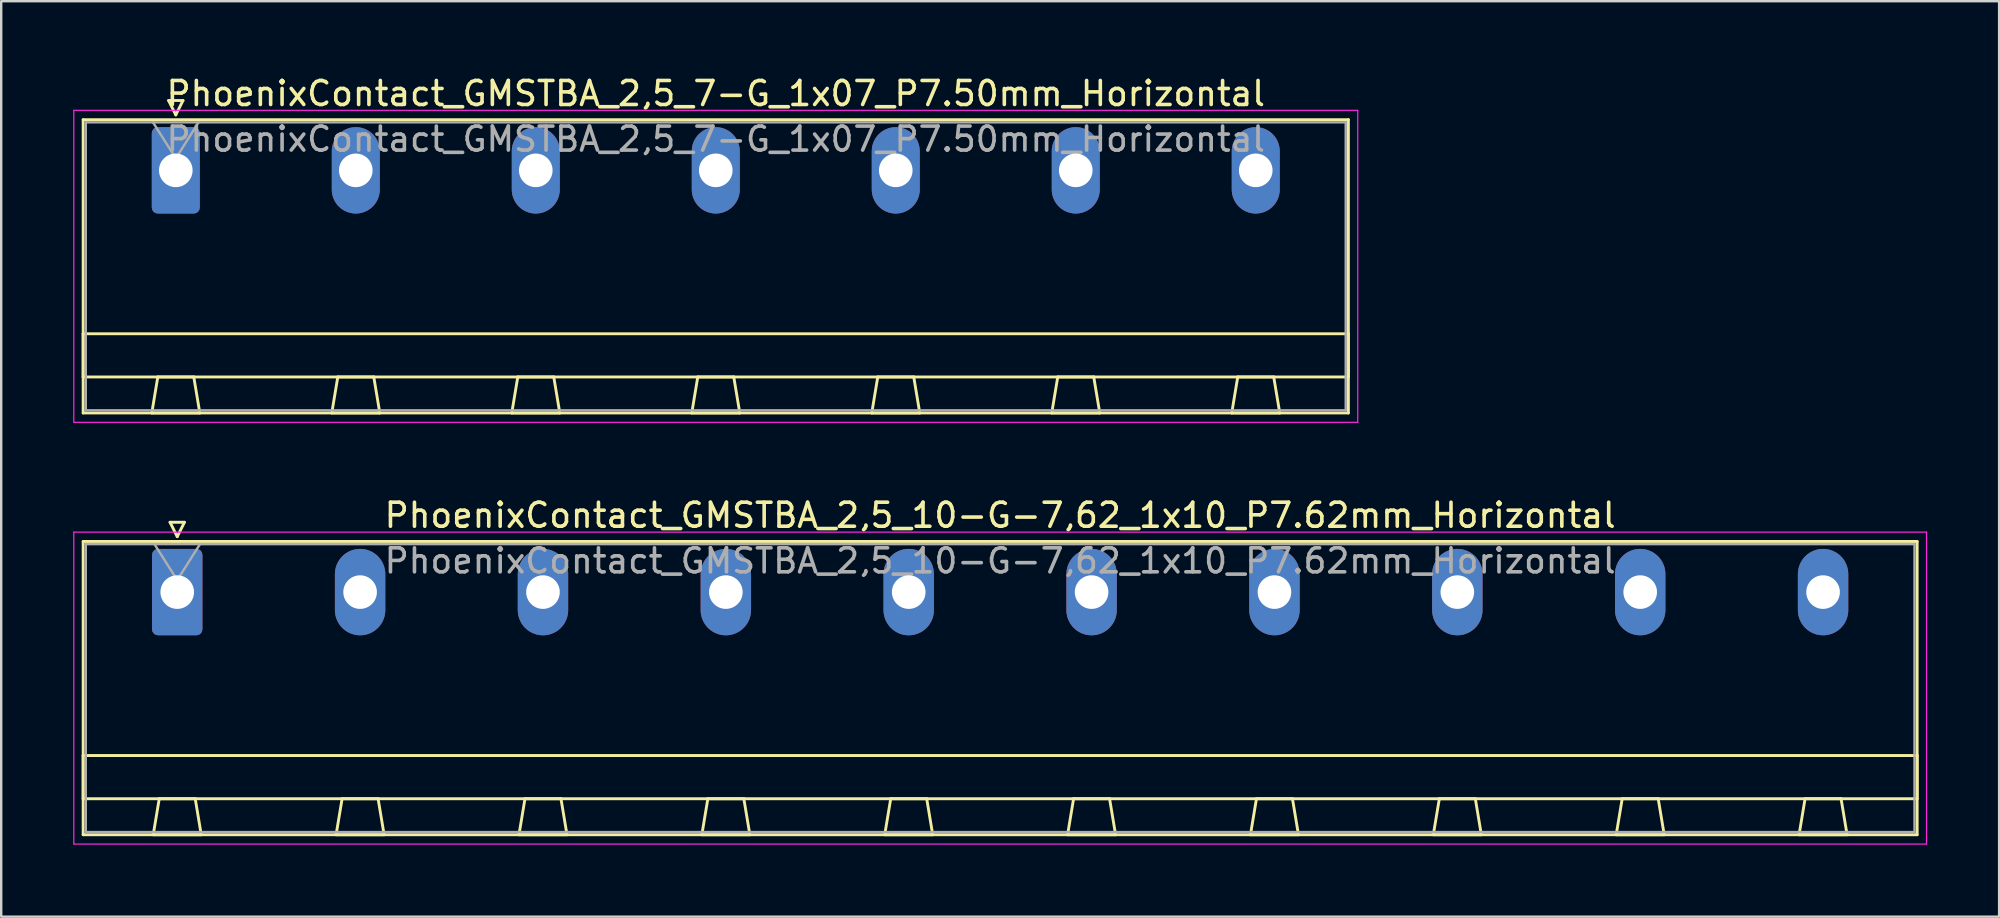
<source format=kicad_pcb>
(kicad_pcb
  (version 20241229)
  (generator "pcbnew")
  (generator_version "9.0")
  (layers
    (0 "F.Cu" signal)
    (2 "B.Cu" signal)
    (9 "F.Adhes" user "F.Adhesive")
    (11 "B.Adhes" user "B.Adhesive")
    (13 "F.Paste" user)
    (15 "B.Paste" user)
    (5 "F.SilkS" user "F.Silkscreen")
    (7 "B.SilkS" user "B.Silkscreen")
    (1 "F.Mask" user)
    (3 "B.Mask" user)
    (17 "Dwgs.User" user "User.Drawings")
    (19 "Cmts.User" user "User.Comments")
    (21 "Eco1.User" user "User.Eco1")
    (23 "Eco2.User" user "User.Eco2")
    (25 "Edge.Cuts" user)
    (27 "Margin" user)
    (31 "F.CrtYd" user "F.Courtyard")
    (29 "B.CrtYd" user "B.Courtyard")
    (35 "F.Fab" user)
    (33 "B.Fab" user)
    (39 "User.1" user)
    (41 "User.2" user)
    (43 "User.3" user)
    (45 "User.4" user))
  (footprint "PhoenixContact_GMSTBA_2,5_10-G-7,62_1x10_P7.62mm_Horizontal"
    (layer "F.Cu")
    (at 4.335 21.622)
    (property "Reference" "PhoenixContact_GMSTBA_2,5_10-G-7,62_1x10_P7.62mm_Horizontal" (at 34.29 -3.2 0) (layer "F.SilkS") (effects (font (size 1 1) (thickness 0.15))))
    (attr through_hole)
    (fp_line (start -3.92 -2.11) (end -3.92 10.11) (stroke (width 0.12) (type solid)) (layer "F.SilkS"))
    (fp_line (start -3.92 6.81) (end 72.5 6.81) (stroke (width 0.12) (type solid)) (layer "F.SilkS"))
    (fp_line (start -3.92 8.61) (end -3.92 6.81) (stroke (width 0.12) (type solid)) (layer "F.SilkS"))
    (fp_line (start -3.92 10.11) (end 72.5 10.11) (stroke (width 0.12) (type solid)) (layer "F.SilkS"))
    (fp_line (start -1 10.11) (end 1 10.11) (stroke (width 0.12) (type solid)) (layer "F.SilkS"))
    (fp_line (start -0.75 8.61) (end -1 10.11) (stroke (width 0.12) (type solid)) (layer "F.SilkS"))
    (fp_line (start -0.3 -2.91) (end 0.3 -2.91) (stroke (width 0.12) (type solid)) (layer "F.SilkS"))
    (fp_line (start 0 -2.31) (end -0.3 -2.91) (stroke (width 0.12) (type solid)) (layer "F.SilkS"))
    (fp_line (start 0.3 -2.91) (end 0 -2.31) (stroke (width 0.12) (type solid)) (layer "F.SilkS"))
    (fp_line (start 0.75 8.61) (end -0.75 8.61) (stroke (width 0.12) (type solid)) (layer "F.SilkS"))
    (fp_line (start 1 10.11) (end 0.75 8.61) (stroke (width 0.12) (type solid)) (layer "F.SilkS"))
    (fp_line (start 6.62 10.11) (end 8.62 10.11) (stroke (width 0.12) (type solid)) (layer "F.SilkS"))
    (fp_line (start 6.87 8.61) (end 6.62 10.11) (stroke (width 0.12) (type solid)) (layer "F.SilkS"))
    (fp_line (start 8.37 8.61) (end 6.87 8.61) (stroke (width 0.12) (type solid)) (layer "F.SilkS"))
    (fp_line (start 8.62 10.11) (end 8.37 8.61) (stroke (width 0.12) (type solid)) (layer "F.SilkS"))
    (fp_line (start 14.24 10.11) (end 16.24 10.11) (stroke (width 0.12) (type solid)) (layer "F.SilkS"))
    (fp_line (start 14.49 8.61) (end 14.24 10.11) (stroke (width 0.12) (type solid)) (layer "F.SilkS"))
    (fp_line (start 15.99 8.61) (end 14.49 8.61) (stroke (width 0.12) (type solid)) (layer "F.SilkS"))
    (fp_line (start 16.24 10.11) (end 15.99 8.61) (stroke (width 0.12) (type solid)) (layer "F.SilkS"))
    (fp_line (start 21.86 10.11) (end 23.86 10.11) (stroke (width 0.12) (type solid)) (layer "F.SilkS"))
    (fp_line (start 22.11 8.61) (end 21.86 10.11) (stroke (width 0.12) (type solid)) (layer "F.SilkS"))
    (fp_line (start 23.61 8.61) (end 22.11 8.61) (stroke (width 0.12) (type solid)) (layer "F.SilkS"))
    (fp_line (start 23.86 10.11) (end 23.61 8.61) (stroke (width 0.12) (type solid)) (layer "F.SilkS"))
    (fp_line (start 29.48 10.11) (end 31.48 10.11) (stroke (width 0.12) (type solid)) (layer "F.SilkS"))
    (fp_line (start 29.73 8.61) (end 29.48 10.11) (stroke (width 0.12) (type solid)) (layer "F.SilkS"))
    (fp_line (start 31.23 8.61) (end 29.73 8.61) (stroke (width 0.12) (type solid)) (layer "F.SilkS"))
    (fp_line (start 31.48 10.11) (end 31.23 8.61) (stroke (width 0.12) (type solid)) (layer "F.SilkS"))
    (fp_line (start 37.1 10.11) (end 39.1 10.11) (stroke (width 0.12) (type solid)) (layer "F.SilkS"))
    (fp_line (start 37.35 8.61) (end 37.1 10.11) (stroke (width 0.12) (type solid)) (layer "F.SilkS"))
    (fp_line (start 38.85 8.61) (end 37.35 8.61) (stroke (width 0.12) (type solid)) (layer "F.SilkS"))
    (fp_line (start 39.1 10.11) (end 38.85 8.61) (stroke (width 0.12) (type solid)) (layer "F.SilkS"))
    (fp_line (start 44.72 10.11) (end 46.72 10.11) (stroke (width 0.12) (type solid)) (layer "F.SilkS"))
    (fp_line (start 44.97 8.61) (end 44.72 10.11) (stroke (width 0.12) (type solid)) (layer "F.SilkS"))
    (fp_line (start 46.47 8.61) (end 44.97 8.61) (stroke (width 0.12) (type solid)) (layer "F.SilkS"))
    (fp_line (start 46.72 10.11) (end 46.47 8.61) (stroke (width 0.12) (type solid)) (layer "F.SilkS"))
    (fp_line (start 52.34 10.11) (end 54.34 10.11) (stroke (width 0.12) (type solid)) (layer "F.SilkS"))
    (fp_line (start 52.59 8.61) (end 52.34 10.11) (stroke (width 0.12) (type solid)) (layer "F.SilkS"))
    (fp_line (start 54.09 8.61) (end 52.59 8.61) (stroke (width 0.12) (type solid)) (layer "F.SilkS"))
    (fp_line (start 54.34 10.11) (end 54.09 8.61) (stroke (width 0.12) (type solid)) (layer "F.SilkS"))
    (fp_line (start 59.96 10.11) (end 61.96 10.11) (stroke (width 0.12) (type solid)) (layer "F.SilkS"))
    (fp_line (start 60.21 8.61) (end 59.96 10.11) (stroke (width 0.12) (type solid)) (layer "F.SilkS"))
    (fp_line (start 61.71 8.61) (end 60.21 8.61) (stroke (width 0.12) (type solid)) (layer "F.SilkS"))
    (fp_line (start 61.96 10.11) (end 61.71 8.61) (stroke (width 0.12) (type solid)) (layer "F.SilkS"))
    (fp_line (start 67.58 10.11) (end 69.58 10.11) (stroke (width 0.12) (type solid)) (layer "F.SilkS"))
    (fp_line (start 67.83 8.61) (end 67.58 10.11) (stroke (width 0.12) (type solid)) (layer "F.SilkS"))
    (fp_line (start 69.33 8.61) (end 67.83 8.61) (stroke (width 0.12) (type solid)) (layer "F.SilkS"))
    (fp_line (start 69.58 10.11) (end 69.33 8.61) (stroke (width 0.12) (type solid)) (layer "F.SilkS"))
    (fp_line (start 72.5 -2.11) (end -3.92 -2.11) (stroke (width 0.12) (type solid)) (layer "F.SilkS"))
    (fp_line (start 72.5 6.81) (end 72.5 8.61) (stroke (width 0.12) (type solid)) (layer "F.SilkS"))
    (fp_line (start 72.5 8.61) (end -3.92 8.61) (stroke (width 0.12) (type solid)) (layer "F.SilkS"))
    (fp_line (start 72.5 10.11) (end 72.5 -2.11) (stroke (width 0.12) (type solid)) (layer "F.SilkS"))
    (fp_line (start -4.31 -2.5) (end -4.31 10.5) (stroke (width 0.05) (type solid)) (layer "F.CrtYd"))
    (fp_line (start -4.31 10.5) (end 72.89 10.5) (stroke (width 0.05) (type solid)) (layer "F.CrtYd"))
    (fp_line (start 72.89 -2.5) (end -4.31 -2.5) (stroke (width 0.05) (type solid)) (layer "F.CrtYd"))
    (fp_line (start 72.89 10.5) (end 72.89 -2.5) (stroke (width 0.05) (type solid)) (layer "F.CrtYd"))
    (fp_line (start -3.81 -2) (end -3.81 10) (stroke (width 0.1) (type solid)) (layer "F.Fab"))
    (fp_line (start -3.81 10) (end 72.39 10) (stroke (width 0.1) (type solid)) (layer "F.Fab"))
    (fp_line (start 0 -0.5) (end -0.95 -2) (stroke (width 0.1) (type solid)) (layer "F.Fab"))
    (fp_line (start 0.95 -2) (end 0 -0.5) (stroke (width 0.1) (type solid)) (layer "F.Fab"))
    (fp_line (start 72.39 -2) (end -3.81 -2) (stroke (width 0.1) (type solid)) (layer "F.Fab"))
    (fp_line (start 72.39 10) (end 72.39 -2) (stroke (width 0.1) (type solid)) (layer "F.Fab"))
    (fp_text user "${REFERENCE}" (at 34.29 -1.3 0) (layer "F.Fab") (effects (font (size 1 1) (thickness 0.15))))
    (pad "1" thru_hole roundrect (at 0 0) (size 2.1 3.6) (drill 1.4) (layers "*.Cu" "*.Mask") (roundrect_rratio 0.119))
    (pad "2" thru_hole oval (at 7.62 0) (size 2.1 3.6) (drill 1.4) (layers "*.Cu" "*.Mask"))
    (pad "3" thru_hole oval (at 15.24 0) (size 2.1 3.6) (drill 1.4) (layers "*.Cu" "*.Mask"))
    (pad "4" thru_hole oval (at 22.86 0) (size 2.1 3.6) (drill 1.4) (layers "*.Cu" "*.Mask"))
    (pad "5" thru_hole oval (at 30.48 0) (size 2.1 3.6) (drill 1.4) (layers "*.Cu" "*.Mask"))
    (pad "6" thru_hole oval (at 38.1 0) (size 2.1 3.6) (drill 1.4) (layers "*.Cu" "*.Mask"))
    (pad "7" thru_hole oval (at 45.72 0) (size 2.1 3.6) (drill 1.4) (layers "*.Cu" "*.Mask"))
    (pad "8" thru_hole oval (at 53.34 0) (size 2.1 3.6) (drill 1.4) (layers "*.Cu" "*.Mask"))
    (pad "9" thru_hole oval (at 60.96 0) (size 2.1 3.6) (drill 1.4) (layers "*.Cu" "*.Mask"))
    (pad "10" thru_hole oval (at 68.58 0) (size 2.1 3.6) (drill 1.4) (layers "*.Cu" "*.Mask")))
  (footprint "PhoenixContact_GMSTBA_2,5_7-G_1x07_P7.50mm_Horizontal"
    (layer "F.Cu")
    (at 4.275 4.048)
    (property "Reference" "PhoenixContact_GMSTBA_2,5_7-G_1x07_P7.50mm_Horizontal" (at 22.5 -3.2 0) (layer "F.SilkS") (effects (font (size 1 1) (thickness 0.15))))
    (attr through_hole)
    (fp_line (start -3.86 -2.11) (end -3.86 10.11) (stroke (width 0.12) (type solid)) (layer "F.SilkS"))
    (fp_line (start -3.86 6.81) (end 48.86 6.81) (stroke (width 0.12) (type solid)) (layer "F.SilkS"))
    (fp_line (start -3.86 8.61) (end -3.86 6.81) (stroke (width 0.12) (type solid)) (layer "F.SilkS"))
    (fp_line (start -3.86 10.11) (end 48.86 10.11) (stroke (width 0.12) (type solid)) (layer "F.SilkS"))
    (fp_line (start -1 10.11) (end 1 10.11) (stroke (width 0.12) (type solid)) (layer "F.SilkS"))
    (fp_line (start -0.75 8.61) (end -1 10.11) (stroke (width 0.12) (type solid)) (layer "F.SilkS"))
    (fp_line (start -0.3 -2.91) (end 0.3 -2.91) (stroke (width 0.12) (type solid)) (layer "F.SilkS"))
    (fp_line (start 0 -2.31) (end -0.3 -2.91) (stroke (width 0.12) (type solid)) (layer "F.SilkS"))
    (fp_line (start 0.3 -2.91) (end 0 -2.31) (stroke (width 0.12) (type solid)) (layer "F.SilkS"))
    (fp_line (start 0.75 8.61) (end -0.75 8.61) (stroke (width 0.12) (type solid)) (layer "F.SilkS"))
    (fp_line (start 1 10.11) (end 0.75 8.61) (stroke (width 0.12) (type solid)) (layer "F.SilkS"))
    (fp_line (start 6.5 10.11) (end 8.5 10.11) (stroke (width 0.12) (type solid)) (layer "F.SilkS"))
    (fp_line (start 6.75 8.61) (end 6.5 10.11) (stroke (width 0.12) (type solid)) (layer "F.SilkS"))
    (fp_line (start 8.25 8.61) (end 6.75 8.61) (stroke (width 0.12) (type solid)) (layer "F.SilkS"))
    (fp_line (start 8.5 10.11) (end 8.25 8.61) (stroke (width 0.12) (type solid)) (layer "F.SilkS"))
    (fp_line (start 14 10.11) (end 16 10.11) (stroke (width 0.12) (type solid)) (layer "F.SilkS"))
    (fp_line (start 14.25 8.61) (end 14 10.11) (stroke (width 0.12) (type solid)) (layer "F.SilkS"))
    (fp_line (start 15.75 8.61) (end 14.25 8.61) (stroke (width 0.12) (type solid)) (layer "F.SilkS"))
    (fp_line (start 16 10.11) (end 15.75 8.61) (stroke (width 0.12) (type solid)) (layer "F.SilkS"))
    (fp_line (start 21.5 10.11) (end 23.5 10.11) (stroke (width 0.12) (type solid)) (layer "F.SilkS"))
    (fp_line (start 21.75 8.61) (end 21.5 10.11) (stroke (width 0.12) (type solid)) (layer "F.SilkS"))
    (fp_line (start 23.25 8.61) (end 21.75 8.61) (stroke (width 0.12) (type solid)) (layer "F.SilkS"))
    (fp_line (start 23.5 10.11) (end 23.25 8.61) (stroke (width 0.12) (type solid)) (layer "F.SilkS"))
    (fp_line (start 29 10.11) (end 31 10.11) (stroke (width 0.12) (type solid)) (layer "F.SilkS"))
    (fp_line (start 29.25 8.61) (end 29 10.11) (stroke (width 0.12) (type solid)) (layer "F.SilkS"))
    (fp_line (start 30.75 8.61) (end 29.25 8.61) (stroke (width 0.12) (type solid)) (layer "F.SilkS"))
    (fp_line (start 31 10.11) (end 30.75 8.61) (stroke (width 0.12) (type solid)) (layer "F.SilkS"))
    (fp_line (start 36.5 10.11) (end 38.5 10.11) (stroke (width 0.12) (type solid)) (layer "F.SilkS"))
    (fp_line (start 36.75 8.61) (end 36.5 10.11) (stroke (width 0.12) (type solid)) (layer "F.SilkS"))
    (fp_line (start 38.25 8.61) (end 36.75 8.61) (stroke (width 0.12) (type solid)) (layer "F.SilkS"))
    (fp_line (start 38.5 10.11) (end 38.25 8.61) (stroke (width 0.12) (type solid)) (layer "F.SilkS"))
    (fp_line (start 44 10.11) (end 46 10.11) (stroke (width 0.12) (type solid)) (layer "F.SilkS"))
    (fp_line (start 44.25 8.61) (end 44 10.11) (stroke (width 0.12) (type solid)) (layer "F.SilkS"))
    (fp_line (start 45.75 8.61) (end 44.25 8.61) (stroke (width 0.12) (type solid)) (layer "F.SilkS"))
    (fp_line (start 46 10.11) (end 45.75 8.61) (stroke (width 0.12) (type solid)) (layer "F.SilkS"))
    (fp_line (start 48.86 -2.11) (end -3.86 -2.11) (stroke (width 0.12) (type solid)) (layer "F.SilkS"))
    (fp_line (start 48.86 6.81) (end 48.86 8.61) (stroke (width 0.12) (type solid)) (layer "F.SilkS"))
    (fp_line (start 48.86 8.61) (end -3.86 8.61) (stroke (width 0.12) (type solid)) (layer "F.SilkS"))
    (fp_line (start 48.86 10.11) (end 48.86 -2.11) (stroke (width 0.12) (type solid)) (layer "F.SilkS"))
    (fp_line (start -4.25 -2.5) (end -4.25 10.5) (stroke (width 0.05) (type solid)) (layer "F.CrtYd"))
    (fp_line (start -4.25 10.5) (end 49.25 10.5) (stroke (width 0.05) (type solid)) (layer "F.CrtYd"))
    (fp_line (start 49.25 -2.5) (end -4.25 -2.5) (stroke (width 0.05) (type solid)) (layer "F.CrtYd"))
    (fp_line (start 49.25 10.5) (end 49.25 -2.5) (stroke (width 0.05) (type solid)) (layer "F.CrtYd"))
    (fp_line (start -3.75 -2) (end -3.75 10) (stroke (width 0.1) (type solid)) (layer "F.Fab"))
    (fp_line (start -3.75 10) (end 48.75 10) (stroke (width 0.1) (type solid)) (layer "F.Fab"))
    (fp_line (start 0 -0.5) (end -0.95 -2) (stroke (width 0.1) (type solid)) (layer "F.Fab"))
    (fp_line (start 0.95 -2) (end 0 -0.5) (stroke (width 0.1) (type solid)) (layer "F.Fab"))
    (fp_line (start 48.75 -2) (end -3.75 -2) (stroke (width 0.1) (type solid)) (layer "F.Fab"))
    (fp_line (start 48.75 10) (end 48.75 -2) (stroke (width 0.1) (type solid)) (layer "F.Fab"))
    (fp_text user "${REFERENCE}" (at 22.5 -1.3 0) (layer "F.Fab") (effects (font (size 1 1) (thickness 0.15))))
    (pad "1" thru_hole roundrect (at 0 0) (size 2 3.6) (drill 1.4) (layers "*.Cu" "*.Mask") (roundrect_rratio 0.125))
    (pad "2" thru_hole oval (at 7.5 0) (size 2 3.6) (drill 1.4) (layers "*.Cu" "*.Mask"))
    (pad "3" thru_hole oval (at 15 0) (size 2 3.6) (drill 1.4) (layers "*.Cu" "*.Mask"))
    (pad "4" thru_hole oval (at 22.5 0) (size 2 3.6) (drill 1.4) (layers "*.Cu" "*.Mask"))
    (pad "5" thru_hole oval (at 30 0) (size 2 3.6) (drill 1.4) (layers "*.Cu" "*.Mask"))
    (pad "6" thru_hole oval (at 37.5 0) (size 2 3.6) (drill 1.4) (layers "*.Cu" "*.Mask"))
    (pad "7" thru_hole oval (at 45 0) (size 2 3.6) (drill 1.4) (layers "*.Cu" "*.Mask")))
  (gr_rect
    (start -3 -3)
    (end 80.25 35.147)
    (stroke (width 0.1) (type default))
    (fill no)
    (layer "Edge.Cuts")))
</source>
